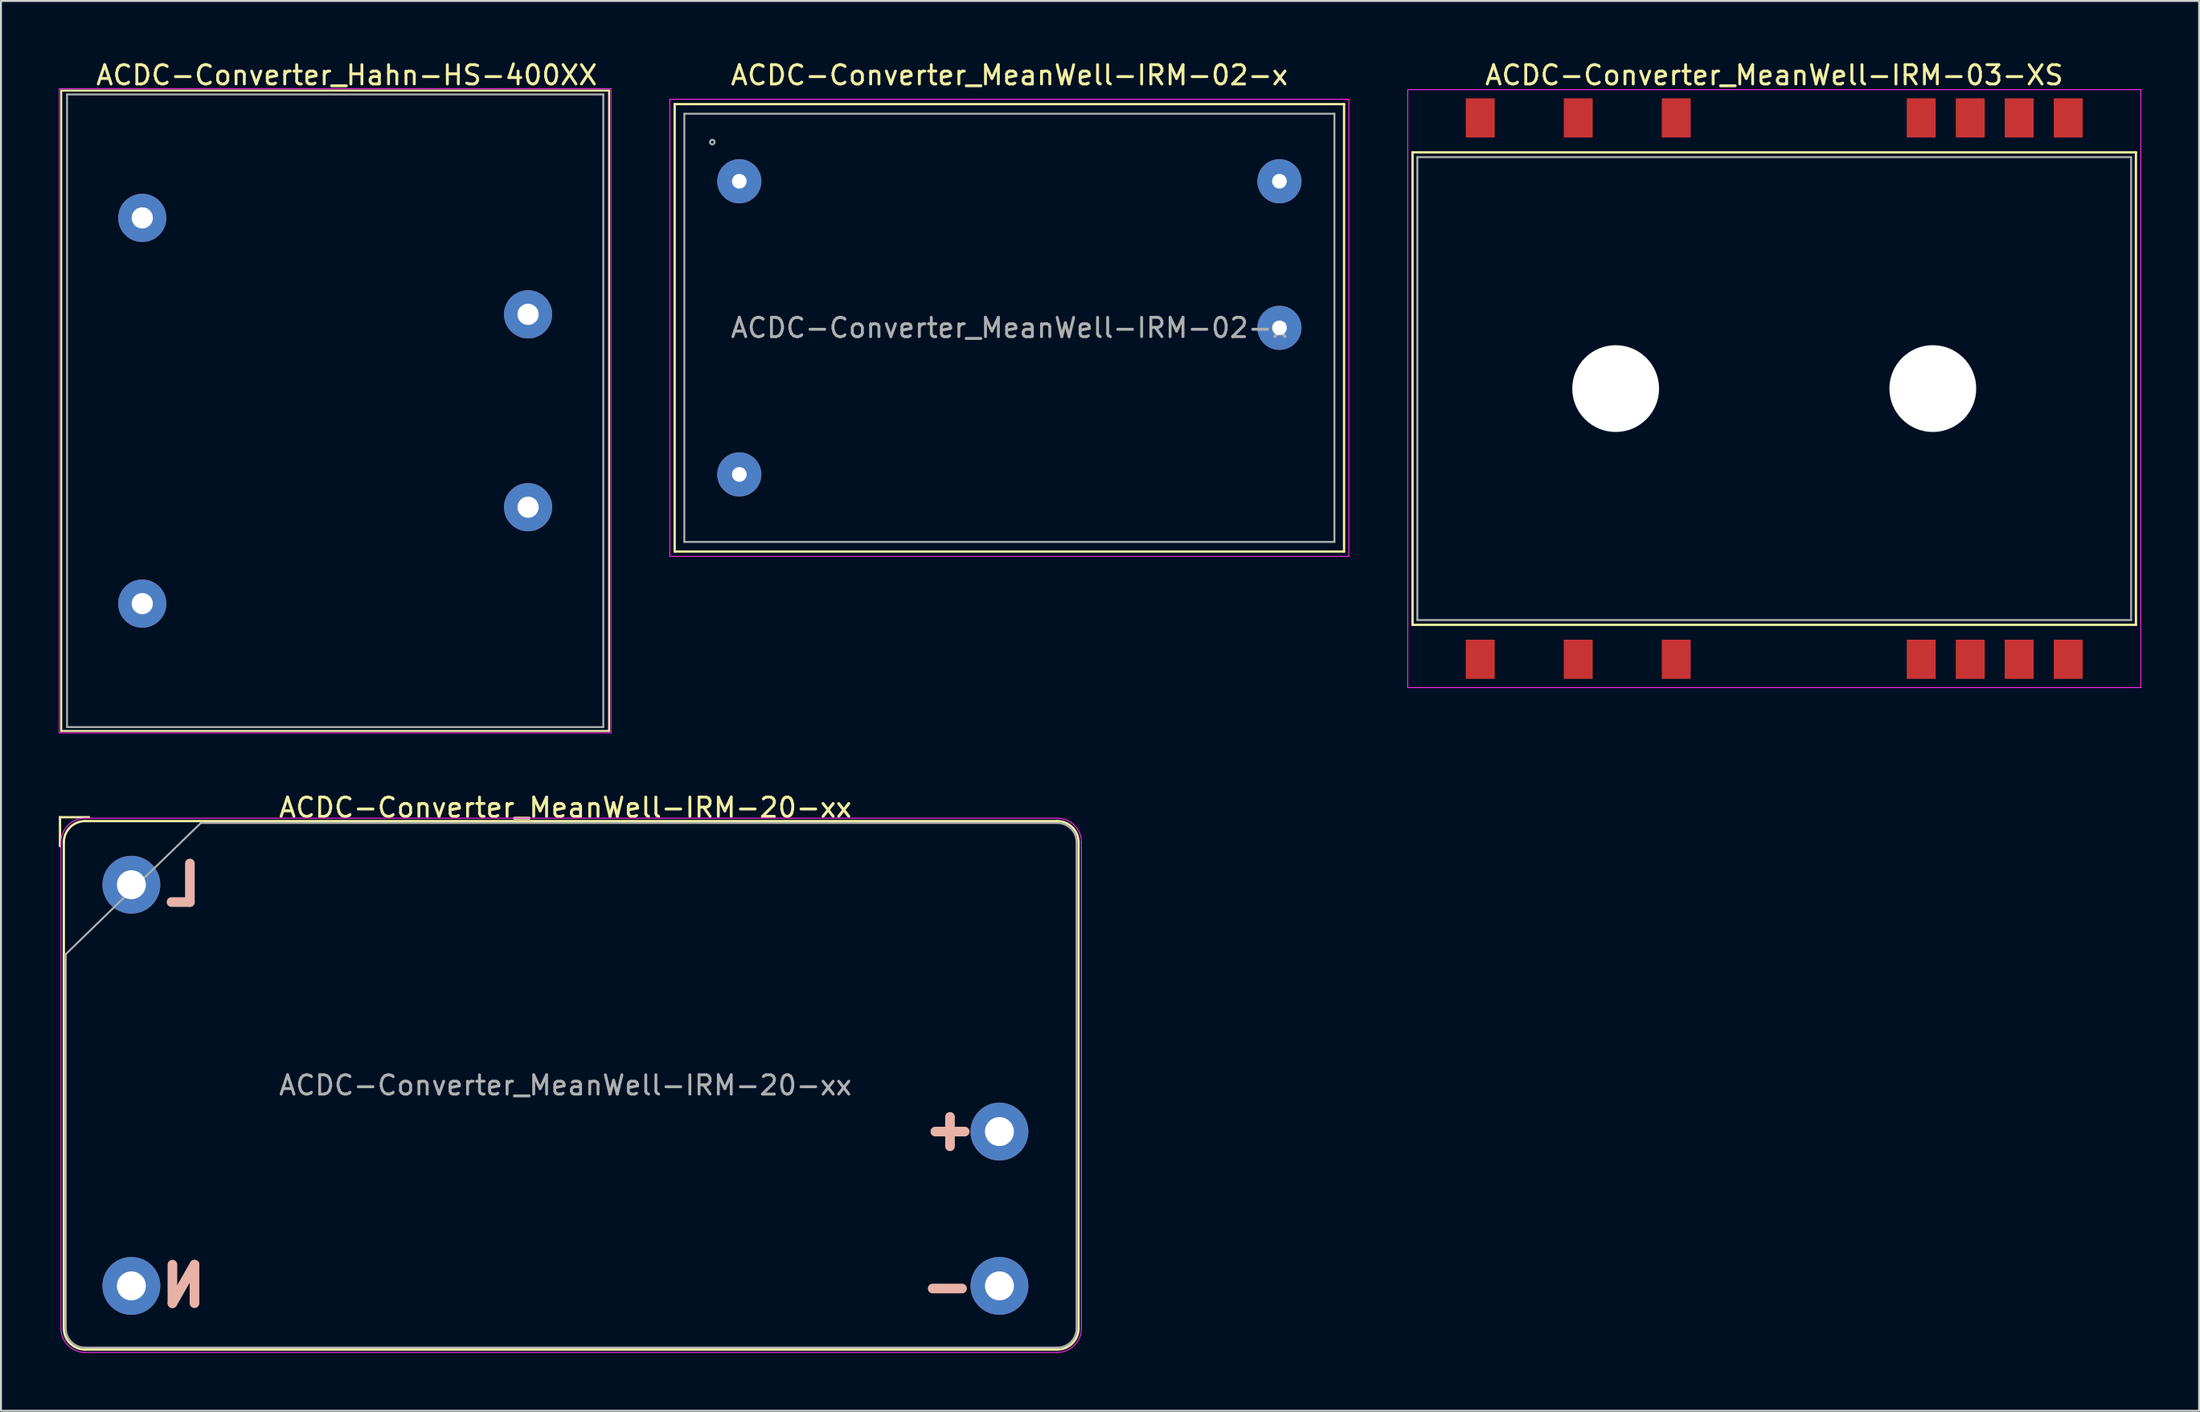
<source format=kicad_pcb>
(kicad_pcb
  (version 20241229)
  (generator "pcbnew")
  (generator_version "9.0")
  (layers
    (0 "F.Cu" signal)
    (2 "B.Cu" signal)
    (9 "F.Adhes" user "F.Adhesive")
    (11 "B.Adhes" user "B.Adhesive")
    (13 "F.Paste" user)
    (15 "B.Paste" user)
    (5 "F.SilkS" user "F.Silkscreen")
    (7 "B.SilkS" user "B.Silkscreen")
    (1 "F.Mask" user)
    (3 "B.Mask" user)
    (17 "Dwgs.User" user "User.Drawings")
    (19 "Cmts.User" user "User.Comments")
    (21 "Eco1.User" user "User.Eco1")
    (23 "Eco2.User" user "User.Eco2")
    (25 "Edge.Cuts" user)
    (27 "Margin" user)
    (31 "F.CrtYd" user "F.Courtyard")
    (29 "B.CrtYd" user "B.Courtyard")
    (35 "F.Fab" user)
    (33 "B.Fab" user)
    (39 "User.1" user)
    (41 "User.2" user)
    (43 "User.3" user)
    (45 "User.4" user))
  (footprint "ACDC-Converter_Hahn-HS-400XX"
    (layer "F.Cu")
    (at 4.325 28.248)
    (property "Reference" "ACDC-Converter_Hahn-HS-400XX" (at 10.6 -27.4 0) (layer "F.SilkS") (effects (font (size 1 1) (thickness 0.15))))
    (attr through_hole)
    (fp_line (start -4.2 -26.6) (end 24.2 -26.6) (stroke (width 0.1) (type solid)) (layer "F.SilkS"))
    (fp_line (start -4.2 6.6) (end -4.2 -26.6) (stroke (width 0.1) (type solid)) (layer "F.SilkS"))
    (fp_line (start 24.2 -26.6) (end 24.2 6.6) (stroke (width 0.1) (type solid)) (layer "F.SilkS"))
    (fp_line (start 24.2 6.6) (end -4.2 6.6) (stroke (width 0.1) (type solid)) (layer "F.SilkS"))
    (fp_line (start -4.3 -26.7) (end 24.3 -26.7) (stroke (width 0.05) (type solid)) (layer "F.CrtYd"))
    (fp_line (start -4.3 6.7) (end -4.3 -26.7) (stroke (width 0.05) (type solid)) (layer "F.CrtYd"))
    (fp_line (start 24.3 -26.7) (end 24.3 6.7) (stroke (width 0.05) (type solid)) (layer "F.CrtYd"))
    (fp_line (start 24.3 6.7) (end -4.3 6.7) (stroke (width 0.05) (type solid)) (layer "F.CrtYd"))
    (fp_line (start -3.9 -26.4) (end 23.9 -26.4) (stroke (width 0.1) (type solid)) (layer "F.Fab"))
    (fp_line (start -3.9 6.4) (end -3.9 -26.4) (stroke (width 0.1) (type solid)) (layer "F.Fab"))
    (fp_line (start -3.9 6.4) (end 23.9 6.4) (stroke (width 0.1) (type solid)) (layer "F.Fab"))
    (fp_line (start 23.9 6.4) (end 23.9 -26.4) (stroke (width 0.1) (type solid)) (layer "F.Fab"))
    (pad "1" thru_hole circle (at 0 0) (size 2.5 2.5) (drill 1.1) (layers "*.Cu" "*.Mask"))
    (pad "5" thru_hole circle (at 0 -20) (size 2.5 2.5) (drill 1.1) (layers "*.Cu" "*.Mask"))
    (pad "7" thru_hole circle (at 20 -15) (size 2.5 2.5) (drill 1.1) (layers "*.Cu" "*.Mask"))
    (pad "9" thru_hole circle (at 20 -5) (size 2.5 2.5) (drill 1.1) (layers "*.Cu" "*.Mask")))
  (footprint "ACDC-Converter_MeanWell-IRM-03-XS"
    (layer "F.Cu")
    (at 88.925 17.098)
    (property "Reference" "ACDC-Converter_MeanWell-IRM-03-XS" (at 0 -16.25 0) (layer "F.SilkS") (effects (font (size 1 1) (thickness 0.15))))
    (attr through_hole)
    (fp_line (start -18.75 -12.25) (end 18.75 -12.25) (stroke (width 0.12) (type solid)) (layer "F.SilkS"))
    (fp_line (start -18.75 12.25) (end -18.75 -12.25) (stroke (width 0.12) (type solid)) (layer "F.SilkS"))
    (fp_line (start 18.75 -12.25) (end 18.75 12.25) (stroke (width 0.12) (type solid)) (layer "F.SilkS"))
    (fp_line (start 18.75 12.25) (end -18.75 12.25) (stroke (width 0.12) (type solid)) (layer "F.SilkS"))
    (fp_line (start -19 -15.5) (end -19 15.5) (stroke (width 0.05) (type solid)) (layer "F.CrtYd"))
    (fp_line (start -19 15.5) (end 19 15.5) (stroke (width 0.05) (type solid)) (layer "F.CrtYd"))
    (fp_line (start 19 -15.5) (end -19 -15.5) (stroke (width 0.05) (type solid)) (layer "F.CrtYd"))
    (fp_line (start 19 15.5) (end 19 -15.5) (stroke (width 0.05) (type solid)) (layer "F.CrtYd"))
    (fp_line (start -18.5 -12) (end -18.5 12) (stroke (width 0.1) (type solid)) (layer "F.Fab"))
    (fp_line (start -18.5 12) (end 18.5 12) (stroke (width 0.1) (type solid)) (layer "F.Fab"))
    (fp_line (start 18.5 -12) (end -18.5 -12) (stroke (width 0.1) (type solid)) (layer "F.Fab"))
    (fp_line (start 18.5 12) (end 18.5 -12) (stroke (width 0.1) (type solid)) (layer "F.Fab"))
    (pad "" np_thru_hole circle (at -8.22 0) (size 4.5 4.5) (drill 4.5) (layers "*.Cu"))
    (pad "" np_thru_hole circle (at 8.22 0) (size 4.5 4.5) (drill 4.5) (layers "*.Cu"))
    (pad "1" smd rect (at -15.24 14.035) (size 1.5 2.03) (layers "F.Cu" "F.Mask" "F.Paste"))
    (pad "3" smd rect (at -10.16 14.035) (size 1.5 2.03) (layers "F.Cu" "F.Mask" "F.Paste"))
    (pad "5" smd rect (at -5.08 14.035) (size 1.5 2.03) (layers "F.Cu" "F.Mask" "F.Paste"))
    (pad "10" smd rect (at 7.62 14.035) (size 1.5 2.03) (layers "F.Cu" "F.Mask" "F.Paste"))
    (pad "11" smd rect (at 10.16 14.035) (size 1.5 2.03) (layers "F.Cu" "F.Mask" "F.Paste"))
    (pad "12" smd rect (at 12.7 14.035) (size 1.5 2.03) (layers "F.Cu" "F.Mask" "F.Paste"))
    (pad "13" smd rect (at 15.24 14.035) (size 1.5 2.03) (layers "F.Cu" "F.Mask" "F.Paste"))
    (pad "14" smd rect (at 15.24 -14.035) (size 1.5 2.03) (layers "F.Cu" "F.Mask" "F.Paste"))
    (pad "15" smd rect (at 12.7 -14.035) (size 1.5 2.03) (layers "F.Cu" "F.Mask" "F.Paste"))
    (pad "16" smd rect (at 10.16 -14.035) (size 1.5 2.03) (layers "F.Cu" "F.Mask" "F.Paste"))
    (pad "17" smd rect (at 7.62 -14.035) (size 1.5 2.03) (layers "F.Cu" "F.Mask" "F.Paste"))
    (pad "22" smd rect (at -5.08 -14.035) (size 1.5 2.03) (layers "F.Cu" "F.Mask" "F.Paste"))
    (pad "24" smd rect (at -10.16 -14.035) (size 1.5 2.03) (layers "F.Cu" "F.Mask" "F.Paste"))
    (pad "26" smd rect (at -15.24 -14.035) (size 1.5 2.03) (layers "F.Cu" "F.Mask" "F.Paste")))
  (footprint "ACDC-Converter_MeanWell-IRM-02-x"
    (layer "F.Cu")
    (at 35.275 6.348)
    (property "Reference" "ACDC-Converter_MeanWell-IRM-02-x" (at 14 -5.5 0) (layer "F.SilkS") (effects (font (size 1 1) (thickness 0.15))))
    (attr through_hole)
    (fp_line (start -3.35 -4) (end 31.35 -4) (stroke (width 0.12) (type solid)) (layer "F.SilkS"))
    (fp_line (start -3.35 19.2) (end -3.35 -4) (stroke (width 0.12) (type solid)) (layer "F.SilkS"))
    (fp_line (start -3.35 19.2) (end 31.35 19.2) (stroke (width 0.12) (type solid)) (layer "F.SilkS"))
    (fp_line (start 31.35 -4) (end 31.35 19.2) (stroke (width 0.12) (type solid)) (layer "F.SilkS"))
    (fp_line (start -3.6 -4.25) (end 31.6 -4.25) (stroke (width 0.05) (type solid)) (layer "F.CrtYd"))
    (fp_line (start -3.6 19.45) (end -3.6 -4.25) (stroke (width 0.05) (type solid)) (layer "F.CrtYd"))
    (fp_line (start -3.6 19.45) (end 31.6 19.45) (stroke (width 0.05) (type solid)) (layer "F.CrtYd"))
    (fp_line (start 31.6 19.45) (end 31.6 -4.25) (stroke (width 0.05) (type solid)) (layer "F.CrtYd"))
    (fp_line (start -2.85 -3.5) (end 30.85 -3.5) (stroke (width 0.1) (type solid)) (layer "F.Fab"))
    (fp_line (start -2.85 18.7) (end -2.85 -3.5) (stroke (width 0.1) (type solid)) (layer "F.Fab"))
    (fp_line (start -2.85 18.7) (end 30.85 18.7) (stroke (width 0.1) (type solid)) (layer "F.Fab"))
    (fp_line (start 30.85 18.7) (end 30.85 -3.5) (stroke (width 0.1) (type solid)) (layer "F.Fab"))
    (fp_circle (center -1.4 -2.03) (end -1.4 -1.91) (stroke (width 0.1) (type solid)) (fill no) (layer "F.Fab"))
    (fp_text user "${REFERENCE}" (at 14 7.6 0) (layer "F.Fab") (effects (font (size 1 1) (thickness 0.15))))
    (pad "1" thru_hole circle (at 0 0) (size 2.29 2.29) (drill 0.76) (layers "*.Cu" "*.Mask"))
    (pad "2" thru_hole circle (at 0 15.2) (size 2.29 2.29) (drill 0.76) (layers "*.Cu" "*.Mask"))
    (pad "3" thru_hole circle (at 28 0) (size 2.29 2.29) (drill 0.76) (layers "*.Cu" "*.Mask"))
    (pad "4" thru_hole circle (at 28 7.6) (size 2.29 2.29) (drill 0.76) (layers "*.Cu" "*.Mask")))
  (footprint "ACDC-Converter_MeanWell-IRM-20-xx"
    (layer "F.Cu")
    (at 3.76 42.822)
    (property "Reference" "ACDC-Converter_MeanWell-IRM-20-xx" (at 22.5 -4 0) (layer "F.SilkS") (effects (font (size 1 1) (thickness 0.15))))
    (attr through_hole)
    (fp_line (start -3.7 -3.5) (end -3.7 -2) (stroke (width 0.12) (type solid)) (layer "F.SilkS"))
    (fp_line (start -3.5 -2.2) (end -3.5 23) (stroke (width 0.12) (type solid)) (layer "F.SilkS"))
    (fp_line (start -2.4 -3.3) (end 48 -3.3) (stroke (width 0.12) (type solid)) (layer "F.SilkS"))
    (fp_line (start -2.4 24.1) (end 48 24.1) (stroke (width 0.12) (type solid)) (layer "F.SilkS"))
    (fp_line (start -2.2 -3.5) (end -3.7 -3.5) (stroke (width 0.12) (type solid)) (layer "F.SilkS"))
    (fp_line (start 49.1 -2.2) (end 49.1 23) (stroke (width 0.12) (type solid)) (layer "F.SilkS"))
    (fp_arc (start -3.5 -2.2) (mid -3.177817 -2.977817) (end -2.4 -3.3) (stroke (width 0.12) (type solid)) (layer "F.SilkS"))
    (fp_arc (start -2.4 24.1) (mid -3.177817 23.777817) (end -3.5 23) (stroke (width 0.12) (type solid)) (layer "F.SilkS"))
    (fp_arc (start 48 -3.3) (mid 48.777817 -2.977817) (end 49.1 -2.2) (stroke (width 0.12) (type solid)) (layer "F.SilkS"))
    (fp_arc (start 49.1 23) (mid 48.777817 23.777817) (end 48 24.1) (stroke (width 0.12) (type solid)) (layer "F.SilkS"))
    (fp_line (start -3.65 -2.2) (end -3.65 23) (stroke (width 0.05) (type solid)) (layer "F.CrtYd"))
    (fp_line (start -2.4 -3.45) (end 48 -3.45) (stroke (width 0.05) (type solid)) (layer "F.CrtYd"))
    (fp_line (start -2.4 24.25) (end 48 24.25) (stroke (width 0.05) (type solid)) (layer "F.CrtYd"))
    (fp_line (start 49.25 -2.2) (end 49.25 23) (stroke (width 0.05) (type solid)) (layer "F.CrtYd"))
    (fp_arc (start -3.65 -2.2) (mid -3.283883 -3.083883) (end -2.4 -3.45) (stroke (width 0.05) (type solid)) (layer "F.CrtYd"))
    (fp_arc (start -2.4 24.25) (mid -3.283883 23.883883) (end -3.65 23) (stroke (width 0.05) (type solid)) (layer "F.CrtYd"))
    (fp_arc (start 48 -3.45) (mid 48.883883 -3.083883) (end 49.25 -2.2) (stroke (width 0.05) (type solid)) (layer "F.CrtYd"))
    (fp_arc (start 49.25 23) (mid 48.883883 23.883883) (end 48 24.25) (stroke (width 0.05) (type solid)) (layer "F.CrtYd"))
    (fp_line (start -3.4 3.6) (end -3.4 23) (stroke (width 0.1) (type solid)) (layer "F.Fab"))
    (fp_line (start -2.4 24) (end 48 24) (stroke (width 0.1) (type solid)) (layer "F.Fab"))
    (fp_line (start 3.6 -3.2) (end -3.4 3.6) (stroke (width 0.1) (type solid)) (layer "F.Fab"))
    (fp_line (start 48 -3.2) (end 3.6 -3.2) (stroke (width 0.1) (type solid)) (layer "F.Fab"))
    (fp_line (start 49 -2.2) (end 49 23) (stroke (width 0.1) (type solid)) (layer "F.Fab"))
    (fp_arc (start -2.4 24) (mid -3.107107 23.707107) (end -3.4 23) (stroke (width 0.1) (type solid)) (layer "F.Fab"))
    (fp_arc (start 48 -3.2) (mid 48.707107 -2.907107) (end 49 -2.2) (stroke (width 0.1) (type solid)) (layer "F.Fab"))
    (fp_arc (start 49 23) (mid 48.707107 23.707107) (end 48 24) (stroke (width 0.1) (type solid)) (layer "F.Fab"))
    (fp_text user "-" (at 42.3 20.8 180) (layer "B.SilkS") (effects (font (size 2 2) (thickness 0.5)) (justify mirror)))
    (fp_text user "N" (at 2.7 20.8 0) (layer "B.SilkS") (effects (font (size 2 2) (thickness 0.5)) (justify mirror)))
    (fp_text user "+" (at 42.3 12.8 90) (layer "B.SilkS") (effects (font (size 2 2) (thickness 0.5)) (justify mirror)))
    (fp_text user "L" (at 2.7 0 0) (layer "B.SilkS") (effects (font (size 2 2) (thickness 0.5)) (justify mirror)))
    (fp_text user "${REFERENCE}" (at 22.5 10.4 0) (layer "F.Fab") (effects (font (size 1 1) (thickness 0.15))))
    (pad "1" thru_hole circle (at 0 0) (size 3 3) (drill 1.5) (layers "*.Cu" "*.Mask"))
    (pad "2" thru_hole circle (at 0 20.8) (size 3 3) (drill 1.5) (layers "*.Cu" "*.Mask"))
    (pad "3" thru_hole circle (at 45 12.8) (size 3 3) (drill 1.5) (layers "*.Cu" "*.Mask"))
    (pad "4" thru_hole circle (at 45 20.8) (size 3 3) (drill 1.5) (layers "*.Cu" "*.Mask")))
  (gr_rect
    (start -3 -3)
    (end 110.95 70.097)
    (stroke (width 0.1) (type default))
    (fill no)
    (layer "Edge.Cuts")))
</source>
